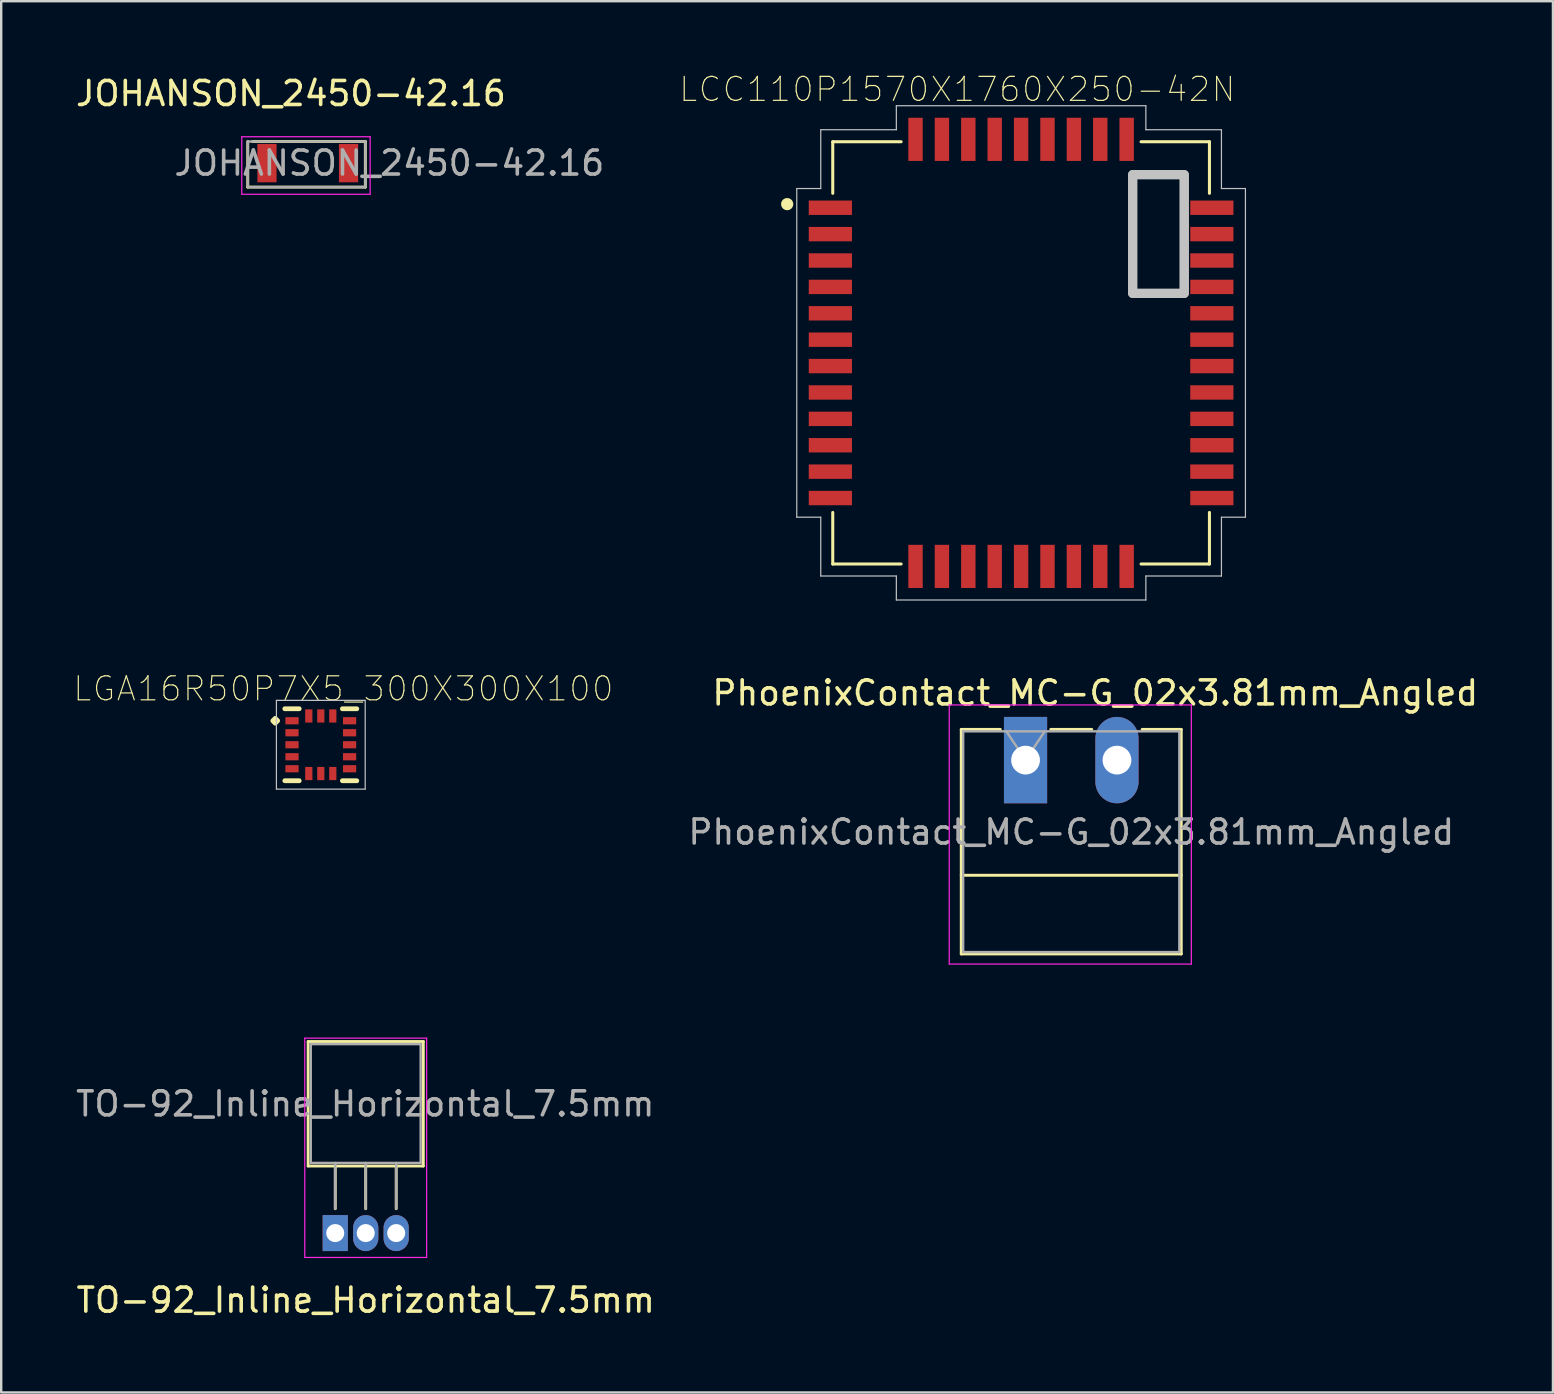
<source format=kicad_pcb>
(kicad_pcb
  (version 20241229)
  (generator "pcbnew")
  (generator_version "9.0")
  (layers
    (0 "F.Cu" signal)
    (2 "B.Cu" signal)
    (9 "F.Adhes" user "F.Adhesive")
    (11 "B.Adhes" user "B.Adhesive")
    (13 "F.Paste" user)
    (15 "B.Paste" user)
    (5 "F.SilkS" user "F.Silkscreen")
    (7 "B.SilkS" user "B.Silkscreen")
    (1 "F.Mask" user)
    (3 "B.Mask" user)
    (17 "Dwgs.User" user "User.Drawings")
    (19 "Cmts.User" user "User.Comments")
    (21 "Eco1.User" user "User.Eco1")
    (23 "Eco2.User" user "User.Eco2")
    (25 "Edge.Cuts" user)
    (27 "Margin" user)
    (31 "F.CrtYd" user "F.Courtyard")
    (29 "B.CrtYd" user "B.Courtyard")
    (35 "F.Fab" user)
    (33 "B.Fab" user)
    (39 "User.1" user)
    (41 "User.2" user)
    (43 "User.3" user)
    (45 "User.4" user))
  (footprint "TO-92_Inline_Horizontal_7.5mm"
    (layer "F.Cu")
    (at 10.923 49.36)
    (property "Reference" "TO-92_Inline_Horizontal_7.5mm" (at 1.27 1.78 0) (layer "F.SilkS") (effects (font (size 1 1) (thickness 0.15))))
    (attr through_hole)
    (fp_line (start -1.27 -9.144) (end 3.81 -9.144) (stroke (width 0.12) (type solid)) (layer "B.Mask"))
    (fp_line (start -1.27 -3.81) (end -1.27 -9.144) (stroke (width 0.12) (type solid)) (layer "B.Mask"))
    (fp_line (start -1.27 -3.81) (end 0 -3.81) (stroke (width 0.12) (type solid)) (layer "B.Mask"))
    (fp_line (start 0 -3.81) (end 0 -2.032) (stroke (width 0.12) (type solid)) (layer "B.Mask"))
    (fp_line (start 0 -3.81) (end 1.27 -3.81) (stroke (width 0.12) (type solid)) (layer "B.Mask"))
    (fp_line (start 0 -2.032) (end 0 -3.81) (stroke (width 0.12) (type solid)) (layer "B.Mask"))
    (fp_line (start 1.27 -3.81) (end 1.27 -2.032) (stroke (width 0.12) (type solid)) (layer "B.Mask"))
    (fp_line (start 1.27 -3.81) (end 2.54 -3.81) (stroke (width 0.12) (type solid)) (layer "B.Mask"))
    (fp_line (start 1.27 -2.032) (end 1.27 -3.81) (stroke (width 0.12) (type solid)) (layer "B.Mask"))
    (fp_line (start 2.54 -3.81) (end 2.54 -2.032) (stroke (width 0.12) (type solid)) (layer "B.Mask"))
    (fp_line (start 3.81 -9.144) (end 3.81 -3.81) (stroke (width 0.12) (type solid)) (layer "B.Mask"))
    (fp_line (start 3.81 -3.81) (end -1.27 -3.81) (stroke (width 0.12) (type solid)) (layer "B.Mask"))
    (fp_line (start -1.13 -9) (end -1.13 -3.81) (stroke (width 0.12) (type solid)) (layer "F.SilkS"))
    (fp_line (start -1.13 -3.81) (end 3.67 -3.81) (stroke (width 0.12) (type solid)) (layer "F.SilkS"))
    (fp_line (start 0 -2.032) (end 0 -3.81) (stroke (width 0.12) (type solid)) (layer "F.SilkS"))
    (fp_line (start 1.27 -2.032) (end 1.27 -3.81) (stroke (width 0.12) (type solid)) (layer "F.SilkS"))
    (fp_line (start 2.54 -2.032) (end 2.54 -3.81) (stroke (width 0.12) (type solid)) (layer "F.SilkS"))
    (fp_line (start 3.67 -9) (end -1.13 -9) (stroke (width 0.12) (type solid)) (layer "F.SilkS"))
    (fp_line (start 3.67 -3.81) (end 3.67 -9) (stroke (width 0.12) (type solid)) (layer "F.SilkS"))
    (fp_line (start -1.27 -9.14) (end -1.27 0) (stroke (width 0.05) (type solid)) (layer "F.CrtYd"))
    (fp_line (start -1.27 -9.14) (end 3.81 -9.14) (stroke (width 0.05) (type solid)) (layer "F.CrtYd"))
    (fp_line (start 3.81 0) (end -1.27 0) (stroke (width 0.05) (type solid)) (layer "F.CrtYd"))
    (fp_line (start 3.81 0) (end 3.81 -9.14) (stroke (width 0.05) (type solid)) (layer "F.CrtYd"))
    (fp_line (start -1.02 -8.89) (end -1.02 -3.94) (stroke (width 0.1) (type solid)) (layer "F.Fab"))
    (fp_line (start -1.02 -3.94) (end 3.56 -3.94) (stroke (width 0.1) (type solid)) (layer "F.Fab"))
    (fp_line (start 0 -3.94) (end 0 -2.032) (stroke (width 0.1) (type solid)) (layer "F.Fab"))
    (fp_line (start 1.27 -3.94) (end 1.27 -2.032) (stroke (width 0.1) (type solid)) (layer "F.Fab"))
    (fp_line (start 2.54 -3.94) (end 2.54 -2.032) (stroke (width 0.1) (type solid)) (layer "F.Fab"))
    (fp_line (start 3.56 -8.89) (end -1.02 -8.89) (stroke (width 0.1) (type solid)) (layer "F.Fab"))
    (fp_line (start 3.56 -3.94) (end 3.56 -8.89) (stroke (width 0.1) (type solid)) (layer "F.Fab"))
    (fp_text user "${REFERENCE}" (at 1.25 -6.4 0) (layer "F.Fab") (effects (font (size 1 1) (thickness 0.15))))
    (pad "1" thru_hole oval (at 2.54 -1.016) (size 1.05 1.5) (drill 0.75) (layers "*.Cu" "*.Mask"))
    (pad "2" thru_hole oval (at 1.27 -1.016) (size 1.05 1.5) (drill 0.75) (layers "*.Cu" "*.Mask"))
    (pad "3" thru_hole rect (at 0 -1.016) (size 1.05 1.5) (drill 0.75) (layers "*.Cu" "*.Mask")))
  (footprint "JOHANSON_2450-42.16"
    (layer "F.Cu")
    (at 13.177 3.748)
    (property "Reference" "JOHANSON_2450-42.16" (at -4.1 -2.9 0) (layer "F.SilkS") (effects (font (size 1 1) (thickness 0.15))))
    (attr smd)
    (fp_line (start -5.9 -0.9) (end -5.9 1) (stroke (width 0.12) (type solid)) (layer "F.SilkS"))
    (fp_line (start -5.9 1) (end -1 1) (stroke (width 0.12) (type solid)) (layer "F.SilkS"))
    (fp_line (start -1 -0.9) (end -5.7 -0.9) (stroke (width 0.12) (type solid)) (layer "F.SilkS"))
    (fp_line (start -1 1) (end -1 -0.9) (stroke (width 0.12) (type solid)) (layer "F.SilkS"))
    (fp_line (start -6.15 -1.1) (end -6.15 1.3) (stroke (width 0.05) (type solid)) (layer "F.CrtYd"))
    (fp_line (start -6.15 1.3) (end -0.8 1.3) (stroke (width 0.05) (type solid)) (layer "F.CrtYd"))
    (fp_line (start -0.8 -1.1) (end -6.15 -1.1) (stroke (width 0.05) (type solid)) (layer "F.CrtYd"))
    (fp_line (start -0.8 1.3) (end -0.8 -1.1) (stroke (width 0.05) (type solid)) (layer "F.CrtYd"))
    (fp_line (start -5.9 -0.9) (end -1 -0.9) (stroke (width 0.1) (type solid)) (layer "F.Fab"))
    (fp_line (start -5.9 1) (end -5.9 -0.9) (stroke (width 0.1) (type solid)) (layer "F.Fab"))
    (fp_line (start -1 -0.9) (end -1 1) (stroke (width 0.1) (type solid)) (layer "F.Fab"))
    (fp_line (start -1 1) (end -5.9 1) (stroke (width 0.1) (type solid)) (layer "F.Fab"))
    (fp_text user "${REFERENCE}" (at 0 0 0) (layer "F.Fab") (effects (font (size 1 1) (thickness 0.15))))
    (pad "1" smd rect (at -5.1 0) (size 0.8 1.6) (layers "F.Cu" "F.Mask" "F.Paste"))
    (pad "2" smd rect (at -1.7 0) (size 0.8 1.6) (layers "F.Cu" "F.Mask" "F.Paste")))
  (footprint "LGA16R50P7X5_300X300X100"
    (layer "F.Cu")
    (at 10.321 27.991)
    (property "Reference" "LGA16R50P7X5_300X300X100" (at 0.94 -2.335 0) (layer "F.SilkS") (effects (font (size 1 1) (thickness 0.05))))
    (attr smd)
    (fp_line (start -1.5 -1.5) (end -0.9 -1.5) (stroke (width 0.2) (type solid)) (layer "F.SilkS"))
    (fp_line (start -1.5 1.5) (end -0.9 1.5) (stroke (width 0.2) (type solid)) (layer "F.SilkS"))
    (fp_line (start 1.5 -1.5) (end 0.9 -1.5) (stroke (width 0.2) (type solid)) (layer "F.SilkS"))
    (fp_line (start 1.5 1.5) (end 0.9 1.5) (stroke (width 0.2) (type solid)) (layer "F.SilkS"))
    (fp_poly (pts (xy -2 -1) (xy -1.9 -1.1) (xy -1.8 -1) (xy -1.9 -0.9)) (stroke (width 0.2) (type solid)) (fill yes) (layer "F.SilkS"))
    (fp_line (start -1.85 -1.85) (end -1.85 1.85) (stroke (width 0.05) (type solid)) (layer "Dwgs.User"))
    (fp_line (start -1.85 1.85) (end 1.85 1.85) (stroke (width 0.05) (type solid)) (layer "Dwgs.User"))
    (fp_line (start 1.85 -1.85) (end -1.85 -1.85) (stroke (width 0.05) (type solid)) (layer "Dwgs.User"))
    (fp_line (start 1.85 1.85) (end 1.85 -1.85) (stroke (width 0.05) (type solid)) (layer "Dwgs.User"))
    (pad "1" smd rect (at -1.2 -1) (size 0.55 0.3) (layers "F.Cu" "F.Mask" "F.Paste"))
    (pad "2" smd rect (at -1.2 -0.5) (size 0.55 0.3) (layers "F.Cu" "F.Mask" "F.Paste"))
    (pad "3" smd rect (at -1.2 0) (size 0.55 0.3) (layers "F.Cu" "F.Mask" "F.Paste"))
    (pad "4" smd rect (at -1.2 0.5) (size 0.55 0.3) (layers "F.Cu" "F.Mask" "F.Paste"))
    (pad "5" smd rect (at -1.2 1) (size 0.55 0.3) (layers "F.Cu" "F.Mask" "F.Paste"))
    (pad "6" smd rect (at -0.5 1.2 90) (size 0.55 0.3) (layers "F.Cu" "F.Mask" "F.Paste"))
    (pad "7" smd rect (at 0 1.2 90) (size 0.55 0.3) (layers "F.Cu" "F.Mask" "F.Paste"))
    (pad "8" smd rect (at 0.5 1.2 90) (size 0.55 0.3) (layers "F.Cu" "F.Mask" "F.Paste"))
    (pad "9" smd rect (at 1.2 1 180) (size 0.55 0.3) (layers "F.Cu" "F.Mask" "F.Paste"))
    (pad "10" smd rect (at 1.2 0.5 180) (size 0.55 0.3) (layers "F.Cu" "F.Mask" "F.Paste"))
    (pad "11" smd rect (at 1.2 0 180) (size 0.55 0.3) (layers "F.Cu" "F.Mask" "F.Paste"))
    (pad "12" smd rect (at 1.2 -0.5 180) (size 0.55 0.3) (layers "F.Cu" "F.Mask" "F.Paste"))
    (pad "13" smd rect (at 1.2 -1 180) (size 0.55 0.3) (layers "F.Cu" "F.Mask" "F.Paste"))
    (pad "14" smd rect (at 0.5 -1.2 270) (size 0.55 0.3) (layers "F.Cu" "F.Mask" "F.Paste"))
    (pad "15" smd rect (at 0 -1.2 270) (size 0.55 0.3) (layers "F.Cu" "F.Mask" "F.Paste"))
    (pad "16" smd rect (at -0.5 -1.2 270) (size 0.55 0.3) (layers "F.Cu" "F.Mask" "F.Paste")))
  (footprint "PhoenixContact_MC-G_02x3.81mm_Angled"
    (placed yes)
    (layer "F.Cu")
    (at 39.694 28.631)
    (property "Reference" "PhoenixContact_MC-G_02x3.81mm_Angled" (at 2.905 -2.8 0) (layer "F.SilkS") (effects (font (size 1 1) (thickness 0.15))))
    (attr through_hole)
    (fp_line (start -2.68 -1.28) (end -2.68 8.08) (stroke (width 0.12) (type solid)) (layer "F.SilkS"))
    (fp_line (start -2.68 -1.28) (end -1.05 -1.28) (stroke (width 0.12) (type solid)) (layer "F.SilkS"))
    (fp_line (start -2.68 4.8) (end 6.49 4.8) (stroke (width 0.12) (type solid)) (layer "F.SilkS"))
    (fp_line (start -2.68 8.08) (end 6.49 8.08) (stroke (width 0.12) (type solid)) (layer "F.SilkS"))
    (fp_line (start 1.05 -1.28) (end 2.76 -1.28) (stroke (width 0.12) (type solid)) (layer "F.SilkS"))
    (fp_line (start 6.49 -1.28) (end 4.86 -1.28) (stroke (width 0.12) (type solid)) (layer "F.SilkS"))
    (fp_line (start 6.49 8.08) (end 6.49 -1.28) (stroke (width 0.12) (type solid)) (layer "F.SilkS"))
    (fp_line (start -3.18 -2.3) (end -3.18 8.5) (stroke (width 0.05) (type solid)) (layer "F.CrtYd"))
    (fp_line (start -3.18 8.5) (end 6.91 8.5) (stroke (width 0.05) (type solid)) (layer "F.CrtYd"))
    (fp_line (start 6.91 -2.3) (end -3.18 -2.3) (stroke (width 0.05) (type solid)) (layer "F.CrtYd"))
    (fp_line (start 6.91 8.5) (end 6.91 -2.3) (stroke (width 0.05) (type solid)) (layer "F.CrtYd"))
    (fp_line (start -2.6 -1.2) (end -2.6 8) (stroke (width 0.1) (type solid)) (layer "F.Fab"))
    (fp_line (start -2.6 8) (end 6.41 8) (stroke (width 0.1) (type solid)) (layer "F.Fab"))
    (fp_line (start 0 0) (end -0.8 -1.2) (stroke (width 0.1) (type solid)) (layer "F.Fab"))
    (fp_line (start 0.8 -1.2) (end 0 0) (stroke (width 0.1) (type solid)) (layer "F.Fab"))
    (fp_line (start 6.41 -1.2) (end -2.6 -1.2) (stroke (width 0.1) (type solid)) (layer "F.Fab"))
    (fp_line (start 6.41 8) (end 6.41 -1.2) (stroke (width 0.1) (type solid)) (layer "F.Fab"))
    (fp_text user "${REFERENCE}" (at 1.905 3 0) (layer "F.Fab") (effects (font (size 1 1) (thickness 0.15))))
    (pad "1" thru_hole rect (at 0 0) (size 1.8 3.6) (drill 1.2) (layers "*.Cu" "*.Mask"))
    (pad "2" thru_hole oval (at 3.81 0) (size 1.8 3.6) (drill 1.2) (layers "*.Cu" "*.Mask")))
  (footprint "LCC110P1570X1760X250-42N"
    (layer "F.Cu")
    (at 39.509 11.658)
    (property "Reference" "LCC110P1570X1760X250-42N" (at -2.66 -10.985 0) (layer "F.SilkS") (effects (font (size 1 1) (thickness 0.05))))
    (attr smd)
    (fp_line (start -7.85 -8.8) (end -7.85 -6.65) (stroke (width 0.127) (type solid)) (layer "F.SilkS"))
    (fp_line (start -7.85 6.65) (end -7.85 8.8) (stroke (width 0.127) (type solid)) (layer "F.SilkS"))
    (fp_line (start -7.85 8.8) (end -5 8.8) (stroke (width 0.127) (type solid)) (layer "F.SilkS"))
    (fp_line (start -5 -8.8) (end -7.85 -8.8) (stroke (width 0.127) (type solid)) (layer "F.SilkS"))
    (fp_line (start 5 8.8) (end 7.85 8.8) (stroke (width 0.127) (type solid)) (layer "F.SilkS"))
    (fp_line (start 7.85 -8.8) (end 5 -8.8) (stroke (width 0.127) (type solid)) (layer "F.SilkS"))
    (fp_line (start 7.85 -6.65) (end 7.85 -8.8) (stroke (width 0.127) (type solid)) (layer "F.SilkS"))
    (fp_line (start 7.85 8.8) (end 7.85 6.65) (stroke (width 0.127) (type solid)) (layer "F.SilkS"))
    (fp_circle (center -9.75 -6.2) (end -9.496 -6.2) (stroke (width 0) (type solid)) (fill yes) (layer "F.SilkS"))
    (fp_line (start -9.35 -6.85) (end -8.35 -6.85) (stroke (width 0.05) (type solid)) (layer "Dwgs.User"))
    (fp_line (start -9.35 6.85) (end -9.35 -6.85) (stroke (width 0.05) (type solid)) (layer "Dwgs.User"))
    (fp_line (start -8.35 -9.3) (end -5.2 -9.3) (stroke (width 0.05) (type solid)) (layer "Dwgs.User"))
    (fp_line (start -8.35 -6.85) (end -8.35 -9.3) (stroke (width 0.05) (type solid)) (layer "Dwgs.User"))
    (fp_line (start -8.35 6.85) (end -9.35 6.85) (stroke (width 0.05) (type solid)) (layer "Dwgs.User"))
    (fp_line (start -8.35 9.3) (end -8.35 6.85) (stroke (width 0.05) (type solid)) (layer "Dwgs.User"))
    (fp_line (start -5.2 -10.3) (end 5.2 -10.3) (stroke (width 0.05) (type solid)) (layer "Dwgs.User"))
    (fp_line (start -5.2 -9.3) (end -5.2 -10.3) (stroke (width 0.05) (type solid)) (layer "Dwgs.User"))
    (fp_line (start -5.2 9.3) (end -8.35 9.3) (stroke (width 0.05) (type solid)) (layer "Dwgs.User"))
    (fp_line (start -5.2 10.3) (end -5.2 9.3) (stroke (width 0.05) (type solid)) (layer "Dwgs.User"))
    (fp_line (start 5.2 -10.3) (end 5.2 -9.3) (stroke (width 0.05) (type solid)) (layer "Dwgs.User"))
    (fp_line (start 5.2 -9.3) (end 8.35 -9.3) (stroke (width 0.05) (type solid)) (layer "Dwgs.User"))
    (fp_line (start 5.2 9.3) (end 5.2 10.3) (stroke (width 0.05) (type solid)) (layer "Dwgs.User"))
    (fp_line (start 5.2 10.3) (end -5.2 10.3) (stroke (width 0.05) (type solid)) (layer "Dwgs.User"))
    (fp_line (start 8.35 -9.3) (end 8.35 -6.85) (stroke (width 0.05) (type solid)) (layer "Dwgs.User"))
    (fp_line (start 8.35 -6.85) (end 9.35 -6.85) (stroke (width 0.05) (type solid)) (layer "Dwgs.User"))
    (fp_line (start 8.35 6.85) (end 8.35 9.3) (stroke (width 0.05) (type solid)) (layer "Dwgs.User"))
    (fp_line (start 8.35 9.3) (end 5.2 9.3) (stroke (width 0.05) (type solid)) (layer "Dwgs.User"))
    (fp_line (start 9.35 -6.85) (end 9.35 6.85) (stroke (width 0.05) (type solid)) (layer "Dwgs.User"))
    (fp_line (start 9.35 6.85) (end 8.35 6.85) (stroke (width 0.05) (type solid)) (layer "Dwgs.User"))
    (fp_poly (pts (xy 4.65 -7.43) (xy 6.8 -7.43) (xy 6.8 -2.48) (xy 4.65 -2.48)) (stroke (width 0.381) (type solid)) (fill no) (layer "Dwgs.User"))
    (fp_poly (pts (xy 4.65 -7.43) (xy 6.8 -7.43) (xy 6.8 -2.48) (xy 4.65 -2.48)) (stroke (width 0.381) (type solid)) (fill no) (layer "Dwgs.User"))
    (pad "1" smd rect (at -7.95 -6.05) (size 1.8 0.6) (layers "F.Cu" "F.Mask" "F.Paste"))
    (pad "2" smd rect (at -7.95 -4.95) (size 1.8 0.6) (layers "F.Cu" "F.Mask" "F.Paste"))
    (pad "3" smd rect (at -7.95 -3.85) (size 1.8 0.6) (layers "F.Cu" "F.Mask" "F.Paste"))
    (pad "4" smd rect (at -7.95 -2.75) (size 1.8 0.6) (layers "F.Cu" "F.Mask" "F.Paste"))
    (pad "5" smd rect (at -7.95 -1.65) (size 1.8 0.6) (layers "F.Cu" "F.Mask" "F.Paste"))
    (pad "6" smd rect (at -7.95 -0.55) (size 1.8 0.6) (layers "F.Cu" "F.Mask" "F.Paste"))
    (pad "7" smd rect (at -7.95 0.55) (size 1.8 0.6) (layers "F.Cu" "F.Mask" "F.Paste"))
    (pad "8" smd rect (at -7.95 1.65) (size 1.8 0.6) (layers "F.Cu" "F.Mask" "F.Paste"))
    (pad "9" smd rect (at -7.95 2.75) (size 1.8 0.6) (layers "F.Cu" "F.Mask" "F.Paste"))
    (pad "10" smd rect (at -7.95 3.85) (size 1.8 0.6) (layers "F.Cu" "F.Mask" "F.Paste"))
    (pad "11" smd rect (at -7.95 4.95) (size 1.8 0.6) (layers "F.Cu" "F.Mask" "F.Paste"))
    (pad "12" smd rect (at -7.95 6.05) (size 1.8 0.6) (layers "F.Cu" "F.Mask" "F.Paste"))
    (pad "13" smd rect (at -4.4 8.9 90) (size 1.8 0.6) (layers "F.Cu" "F.Mask" "F.Paste"))
    (pad "14" smd rect (at -3.3 8.9 90) (size 1.8 0.6) (layers "F.Cu" "F.Mask" "F.Paste"))
    (pad "15" smd rect (at -2.2 8.9 90) (size 1.8 0.6) (layers "F.Cu" "F.Mask" "F.Paste"))
    (pad "16" smd rect (at -1.1 8.9 90) (size 1.8 0.6) (layers "F.Cu" "F.Mask" "F.Paste"))
    (pad "17" smd rect (at 0 8.9 90) (size 1.8 0.6) (layers "F.Cu" "F.Mask" "F.Paste"))
    (pad "18" smd rect (at 1.1 8.9 90) (size 1.8 0.6) (layers "F.Cu" "F.Mask" "F.Paste"))
    (pad "19" smd rect (at 2.2 8.9 90) (size 1.8 0.6) (layers "F.Cu" "F.Mask" "F.Paste"))
    (pad "20" smd rect (at 3.3 8.9 90) (size 1.8 0.6) (layers "F.Cu" "F.Mask" "F.Paste"))
    (pad "21" smd rect (at 4.4 8.9 90) (size 1.8 0.6) (layers "F.Cu" "F.Mask" "F.Paste"))
    (pad "22" smd rect (at 7.95 6.05 180) (size 1.8 0.6) (layers "F.Cu" "F.Mask" "F.Paste"))
    (pad "23" smd rect (at 7.95 4.95 180) (size 1.8 0.6) (layers "F.Cu" "F.Mask" "F.Paste"))
    (pad "24" smd rect (at 7.95 3.85 180) (size 1.8 0.6) (layers "F.Cu" "F.Mask" "F.Paste"))
    (pad "25" smd rect (at 7.95 2.75 180) (size 1.8 0.6) (layers "F.Cu" "F.Mask" "F.Paste"))
    (pad "26" smd rect (at 7.95 1.65 180) (size 1.8 0.6) (layers "F.Cu" "F.Mask" "F.Paste"))
    (pad "27" smd rect (at 7.95 0.55 180) (size 1.8 0.6) (layers "F.Cu" "F.Mask" "F.Paste"))
    (pad "28" smd rect (at 7.95 -0.55 180) (size 1.8 0.6) (layers "F.Cu" "F.Mask" "F.Paste"))
    (pad "29" smd rect (at 7.95 -1.65 180) (size 1.8 0.6) (layers "F.Cu" "F.Mask" "F.Paste"))
    (pad "30" smd rect (at 7.95 -2.75 180) (size 1.8 0.6) (layers "F.Cu" "F.Mask" "F.Paste"))
    (pad "31" smd rect (at 7.95 -3.85 180) (size 1.8 0.6) (layers "F.Cu" "F.Mask" "F.Paste"))
    (pad "32" smd rect (at 7.95 -4.95 180) (size 1.8 0.6) (layers "F.Cu" "F.Mask" "F.Paste"))
    (pad "33" smd rect (at 7.95 -6.05 180) (size 1.8 0.6) (layers "F.Cu" "F.Mask" "F.Paste"))
    (pad "34" smd rect (at 4.4 -8.9 270) (size 1.8 0.6) (layers "F.Cu" "F.Mask" "F.Paste"))
    (pad "35" smd rect (at 3.3 -8.9 270) (size 1.8 0.6) (layers "F.Cu" "F.Mask" "F.Paste"))
    (pad "36" smd rect (at 2.2 -8.9 270) (size 1.8 0.6) (layers "F.Cu" "F.Mask" "F.Paste"))
    (pad "37" smd rect (at 1.1 -8.9 270) (size 1.8 0.6) (layers "F.Cu" "F.Mask" "F.Paste"))
    (pad "38" smd rect (at 0 -8.9 270) (size 1.8 0.6) (layers "F.Cu" "F.Mask" "F.Paste"))
    (pad "39" smd rect (at -1.1 -8.9 270) (size 1.8 0.6) (layers "F.Cu" "F.Mask" "F.Paste"))
    (pad "40" smd rect (at -2.2 -8.9 270) (size 1.8 0.6) (layers "F.Cu" "F.Mask" "F.Paste"))
    (pad "41" smd rect (at -3.3 -8.9 270) (size 1.8 0.6) (layers "F.Cu" "F.Mask" "F.Paste"))
    (pad "42" smd rect (at -4.4 -8.9 270) (size 1.8 0.6) (layers "F.Cu" "F.Mask" "F.Paste")))
  (gr_rect
    (start -3 -3)
    (end 61.676 54.988)
    (stroke (width 0.1) (type default))
    (fill no)
    (layer "Edge.Cuts")))
</source>
